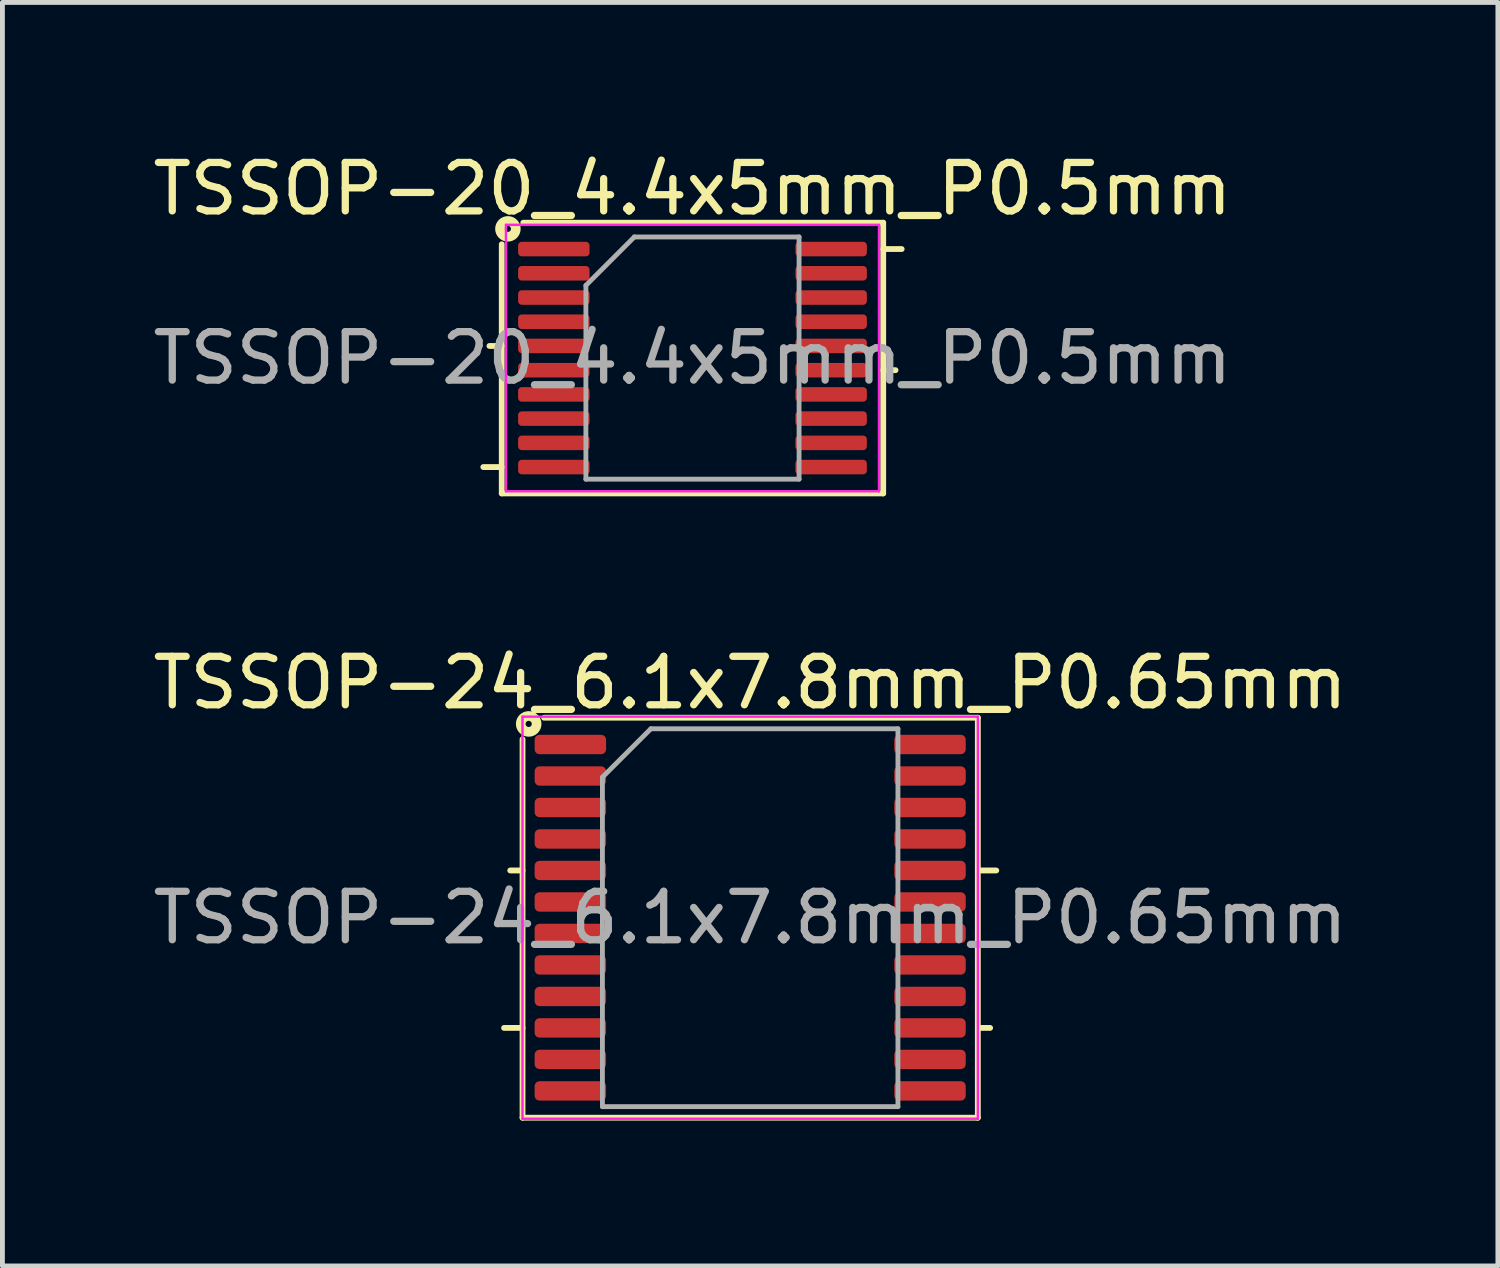
<source format=kicad_pcb>
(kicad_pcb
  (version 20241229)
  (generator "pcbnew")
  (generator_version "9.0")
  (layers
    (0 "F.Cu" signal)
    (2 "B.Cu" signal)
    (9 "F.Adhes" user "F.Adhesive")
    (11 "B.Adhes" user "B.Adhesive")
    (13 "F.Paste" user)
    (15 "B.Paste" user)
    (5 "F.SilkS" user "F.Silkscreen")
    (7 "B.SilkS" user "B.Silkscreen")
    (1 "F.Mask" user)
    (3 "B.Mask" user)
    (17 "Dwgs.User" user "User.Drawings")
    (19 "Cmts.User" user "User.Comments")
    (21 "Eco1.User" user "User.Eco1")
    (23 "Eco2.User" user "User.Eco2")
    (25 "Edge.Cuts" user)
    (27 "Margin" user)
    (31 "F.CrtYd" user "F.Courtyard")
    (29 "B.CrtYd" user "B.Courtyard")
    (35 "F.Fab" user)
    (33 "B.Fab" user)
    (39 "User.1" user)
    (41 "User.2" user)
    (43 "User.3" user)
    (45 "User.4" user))
  (footprint "TSSOP-20_4.4x5mm_P0.5mm"
    (layer "F.Cu")
    (at 11.244 4.341)
    (property "Reference" "TSSOP-20_4.4x5mm_P0.5mm" (at 0 -3.493 0) (layer "F.SilkS") (effects (font (size 1 1) (thickness 0.15))))
    (attr smd)
    (fp_line (start -4.318 2.25) (end -3.937 2.25) (stroke (width 0.12) (type solid)) (layer "F.SilkS"))
    (fp_line (start -4.191 -0.25) (end -3.937 -0.25) (stroke (width 0.12) (type solid)) (layer "F.SilkS"))
    (fp_line (start -3.937 -2.349) (end -3.937 2.794) (stroke (width 0.12) (type solid)) (layer "F.SilkS"))
    (fp_line (start -3.937 2.794) (end 3.937 2.794) (stroke (width 0.12) (type solid)) (layer "F.SilkS"))
    (fp_line (start 3.937 -2.794) (end -3.493 -2.794) (stroke (width 0.12) (type solid)) (layer "F.SilkS"))
    (fp_line (start 3.937 -2.25) (end 4.318 -2.25) (stroke (width 0.12) (type solid)) (layer "F.SilkS"))
    (fp_line (start 3.937 0.25) (end 4.191 0.25) (stroke (width 0.12) (type solid)) (layer "F.SilkS"))
    (fp_line (start 3.937 2.794) (end 3.937 -2.794) (stroke (width 0.12) (type solid)) (layer "F.SilkS"))
    (fp_circle (center -3.81 -2.667) (end -3.747 -2.667) (stroke (width 0.2) (type solid)) (fill no) (layer "F.SilkS"))
    (fp_line (start -3.85 -2.75) (end -3.85 2.75) (stroke (width 0.05) (type solid)) (layer "F.CrtYd"))
    (fp_line (start -3.85 2.75) (end 3.85 2.75) (stroke (width 0.05) (type solid)) (layer "F.CrtYd"))
    (fp_line (start 3.85 -2.75) (end -3.85 -2.75) (stroke (width 0.05) (type solid)) (layer "F.CrtYd"))
    (fp_line (start 3.85 2.75) (end 3.85 -2.75) (stroke (width 0.05) (type solid)) (layer "F.CrtYd"))
    (fp_line (start -2.2 -1.5) (end -1.2 -2.5) (stroke (width 0.1) (type solid)) (layer "F.Fab"))
    (fp_line (start -2.2 2.5) (end -2.2 -1.5) (stroke (width 0.1) (type solid)) (layer "F.Fab"))
    (fp_line (start -1.2 -2.5) (end 2.2 -2.5) (stroke (width 0.1) (type solid)) (layer "F.Fab"))
    (fp_line (start 2.2 -2.5) (end 2.2 2.5) (stroke (width 0.1) (type solid)) (layer "F.Fab"))
    (fp_line (start 2.2 2.5) (end -2.2 2.5) (stroke (width 0.1) (type solid)) (layer "F.Fab"))
    (fp_text user "${REFERENCE}" (at 0 0 0) (layer "F.Fab") (effects (font (size 1 1) (thickness 0.15))))
    (pad "1" smd roundrect (at -2.862 -2.25) (size 1.475 0.3) (layers "F.Cu" "F.Mask" "F.Paste") (roundrect_rratio 0.25))
    (pad "2" smd roundrect (at -2.862 -1.75) (size 1.475 0.3) (layers "F.Cu" "F.Mask" "F.Paste") (roundrect_rratio 0.25))
    (pad "3" smd roundrect (at -2.862 -1.25) (size 1.475 0.3) (layers "F.Cu" "F.Mask" "F.Paste") (roundrect_rratio 0.25))
    (pad "4" smd roundrect (at -2.862 -0.75) (size 1.475 0.3) (layers "F.Cu" "F.Mask" "F.Paste") (roundrect_rratio 0.25))
    (pad "5" smd roundrect (at -2.862 -0.25) (size 1.475 0.3) (layers "F.Cu" "F.Mask" "F.Paste") (roundrect_rratio 0.25))
    (pad "6" smd roundrect (at -2.862 0.25) (size 1.475 0.3) (layers "F.Cu" "F.Mask" "F.Paste") (roundrect_rratio 0.25))
    (pad "7" smd roundrect (at -2.862 0.75) (size 1.475 0.3) (layers "F.Cu" "F.Mask" "F.Paste") (roundrect_rratio 0.25))
    (pad "8" smd roundrect (at -2.862 1.25) (size 1.475 0.3) (layers "F.Cu" "F.Mask" "F.Paste") (roundrect_rratio 0.25))
    (pad "9" smd roundrect (at -2.862 1.75) (size 1.475 0.3) (layers "F.Cu" "F.Mask" "F.Paste") (roundrect_rratio 0.25))
    (pad "10" smd roundrect (at -2.862 2.25) (size 1.475 0.3) (layers "F.Cu" "F.Mask" "F.Paste") (roundrect_rratio 0.25))
    (pad "11" smd roundrect (at 2.862 2.25) (size 1.475 0.3) (layers "F.Cu" "F.Mask" "F.Paste") (roundrect_rratio 0.25))
    (pad "12" smd roundrect (at 2.862 1.75) (size 1.475 0.3) (layers "F.Cu" "F.Mask" "F.Paste") (roundrect_rratio 0.25))
    (pad "13" smd roundrect (at 2.862 1.25) (size 1.475 0.3) (layers "F.Cu" "F.Mask" "F.Paste") (roundrect_rratio 0.25))
    (pad "14" smd roundrect (at 2.862 0.75) (size 1.475 0.3) (layers "F.Cu" "F.Mask" "F.Paste") (roundrect_rratio 0.25))
    (pad "15" smd roundrect (at 2.862 0.25) (size 1.475 0.3) (layers "F.Cu" "F.Mask" "F.Paste") (roundrect_rratio 0.25))
    (pad "16" smd roundrect (at 2.862 -0.25) (size 1.475 0.3) (layers "F.Cu" "F.Mask" "F.Paste") (roundrect_rratio 0.25))
    (pad "17" smd roundrect (at 2.862 -0.75) (size 1.475 0.3) (layers "F.Cu" "F.Mask" "F.Paste") (roundrect_rratio 0.25))
    (pad "18" smd roundrect (at 2.862 -1.25) (size 1.475 0.3) (layers "F.Cu" "F.Mask" "F.Paste") (roundrect_rratio 0.25))
    (pad "19" smd roundrect (at 2.862 -1.75) (size 1.475 0.3) (layers "F.Cu" "F.Mask" "F.Paste") (roundrect_rratio 0.25))
    (pad "20" smd roundrect (at 2.862 -2.25) (size 1.475 0.3) (layers "F.Cu" "F.Mask" "F.Paste") (roundrect_rratio 0.25)))
  (footprint "TSSOP-24_6.1x7.8mm_P0.65mm"
    (layer "F.Cu")
    (at 12.435 15.893)
    (property "Reference" "TSSOP-24_6.1x7.8mm_P0.65mm" (at 0 -4.85 0) (layer "F.SilkS") (effects (font (size 1 1) (thickness 0.15))))
    (attr smd)
    (fp_line (start -4.699 -3.683) (end -4.699 4.128) (stroke (width 0.12) (type solid)) (layer "F.SilkS"))
    (fp_line (start -4.699 -0.975) (end -4.953 -0.975) (stroke (width 0.12) (type solid)) (layer "F.SilkS"))
    (fp_line (start -4.699 2.275) (end -5.08 2.275) (stroke (width 0.12) (type solid)) (layer "F.SilkS"))
    (fp_line (start -4.699 4.128) (end 4.699 4.128) (stroke (width 0.12) (type solid)) (layer "F.SilkS"))
    (fp_line (start 4.699 -4.128) (end -4.255 -4.128) (stroke (width 0.12) (type solid)) (layer "F.SilkS"))
    (fp_line (start 4.699 -0.975) (end 5.08 -0.975) (stroke (width 0.12) (type solid)) (layer "F.SilkS"))
    (fp_line (start 4.699 2.275) (end 4.953 2.275) (stroke (width 0.12) (type solid)) (layer "F.SilkS"))
    (fp_line (start 4.699 4.128) (end 4.699 -4.128) (stroke (width 0.12) (type solid)) (layer "F.SilkS"))
    (fp_circle (center -4.572 -4) (end -4.508 -4) (stroke (width 0.2) (type solid)) (fill no) (layer "F.SilkS"))
    (fp_line (start -4.7 -4.15) (end -4.7 4.15) (stroke (width 0.05) (type solid)) (layer "F.CrtYd"))
    (fp_line (start -4.7 4.15) (end 4.7 4.15) (stroke (width 0.05) (type solid)) (layer "F.CrtYd"))
    (fp_line (start 4.7 -4.15) (end -4.7 -4.15) (stroke (width 0.05) (type solid)) (layer "F.CrtYd"))
    (fp_line (start 4.7 4.15) (end 4.7 -4.15) (stroke (width 0.05) (type solid)) (layer "F.CrtYd"))
    (fp_line (start -3.05 -2.9) (end -2.05 -3.9) (stroke (width 0.1) (type solid)) (layer "F.Fab"))
    (fp_line (start -3.05 3.9) (end -3.05 -2.9) (stroke (width 0.1) (type solid)) (layer "F.Fab"))
    (fp_line (start -2.05 -3.9) (end 3.05 -3.9) (stroke (width 0.1) (type solid)) (layer "F.Fab"))
    (fp_line (start 3.05 -3.9) (end 3.05 3.9) (stroke (width 0.1) (type solid)) (layer "F.Fab"))
    (fp_line (start 3.05 3.9) (end -3.05 3.9) (stroke (width 0.1) (type solid)) (layer "F.Fab"))
    (fp_text user "${REFERENCE}" (at 0 0 0) (layer "F.Fab") (effects (font (size 1 1) (thickness 0.15))))
    (pad "1" smd roundrect (at -3.712 -3.575) (size 1.475 0.4) (layers "F.Cu" "F.Mask" "F.Paste") (roundrect_rratio 0.25))
    (pad "2" smd roundrect (at -3.712 -2.925) (size 1.475 0.4) (layers "F.Cu" "F.Mask" "F.Paste") (roundrect_rratio 0.25))
    (pad "3" smd roundrect (at -3.712 -2.275) (size 1.475 0.4) (layers "F.Cu" "F.Mask" "F.Paste") (roundrect_rratio 0.25))
    (pad "4" smd roundrect (at -3.712 -1.625) (size 1.475 0.4) (layers "F.Cu" "F.Mask" "F.Paste") (roundrect_rratio 0.25))
    (pad "5" smd roundrect (at -3.712 -0.975) (size 1.475 0.4) (layers "F.Cu" "F.Mask" "F.Paste") (roundrect_rratio 0.25))
    (pad "6" smd roundrect (at -3.712 -0.325) (size 1.475 0.4) (layers "F.Cu" "F.Mask" "F.Paste") (roundrect_rratio 0.25))
    (pad "7" smd roundrect (at -3.712 0.325) (size 1.475 0.4) (layers "F.Cu" "F.Mask" "F.Paste") (roundrect_rratio 0.25))
    (pad "8" smd roundrect (at -3.712 0.975) (size 1.475 0.4) (layers "F.Cu" "F.Mask" "F.Paste") (roundrect_rratio 0.25))
    (pad "9" smd roundrect (at -3.712 1.625) (size 1.475 0.4) (layers "F.Cu" "F.Mask" "F.Paste") (roundrect_rratio 0.25))
    (pad "10" smd roundrect (at -3.712 2.275) (size 1.475 0.4) (layers "F.Cu" "F.Mask" "F.Paste") (roundrect_rratio 0.25))
    (pad "11" smd roundrect (at -3.712 2.925) (size 1.475 0.4) (layers "F.Cu" "F.Mask" "F.Paste") (roundrect_rratio 0.25))
    (pad "12" smd roundrect (at -3.712 3.575) (size 1.475 0.4) (layers "F.Cu" "F.Mask" "F.Paste") (roundrect_rratio 0.25))
    (pad "13" smd roundrect (at 3.712 3.575) (size 1.475 0.4) (layers "F.Cu" "F.Mask" "F.Paste") (roundrect_rratio 0.25))
    (pad "14" smd roundrect (at 3.712 2.925) (size 1.475 0.4) (layers "F.Cu" "F.Mask" "F.Paste") (roundrect_rratio 0.25))
    (pad "15" smd roundrect (at 3.712 2.275) (size 1.475 0.4) (layers "F.Cu" "F.Mask" "F.Paste") (roundrect_rratio 0.25))
    (pad "16" smd roundrect (at 3.712 1.625) (size 1.475 0.4) (layers "F.Cu" "F.Mask" "F.Paste") (roundrect_rratio 0.25))
    (pad "17" smd roundrect (at 3.712 0.975) (size 1.475 0.4) (layers "F.Cu" "F.Mask" "F.Paste") (roundrect_rratio 0.25))
    (pad "18" smd roundrect (at 3.712 0.325) (size 1.475 0.4) (layers "F.Cu" "F.Mask" "F.Paste") (roundrect_rratio 0.25))
    (pad "19" smd roundrect (at 3.712 -0.325) (size 1.475 0.4) (layers "F.Cu" "F.Mask" "F.Paste") (roundrect_rratio 0.25))
    (pad "20" smd roundrect (at 3.712 -0.975) (size 1.475 0.4) (layers "F.Cu" "F.Mask" "F.Paste") (roundrect_rratio 0.25))
    (pad "21" smd roundrect (at 3.712 -1.625) (size 1.475 0.4) (layers "F.Cu" "F.Mask" "F.Paste") (roundrect_rratio 0.25))
    (pad "22" smd roundrect (at 3.712 -2.275) (size 1.475 0.4) (layers "F.Cu" "F.Mask" "F.Paste") (roundrect_rratio 0.25))
    (pad "23" smd roundrect (at 3.712 -2.925) (size 1.475 0.4) (layers "F.Cu" "F.Mask" "F.Paste") (roundrect_rratio 0.25))
    (pad "24" smd roundrect (at 3.712 -3.575) (size 1.475 0.4) (layers "F.Cu" "F.Mask" "F.Paste") (roundrect_rratio 0.25)))
  (gr_rect
    (start -3 -3)
    (end 27.869 23.081)
    (stroke (width 0.1) (type default))
    (fill no)
    (layer "Edge.Cuts")))
</source>
